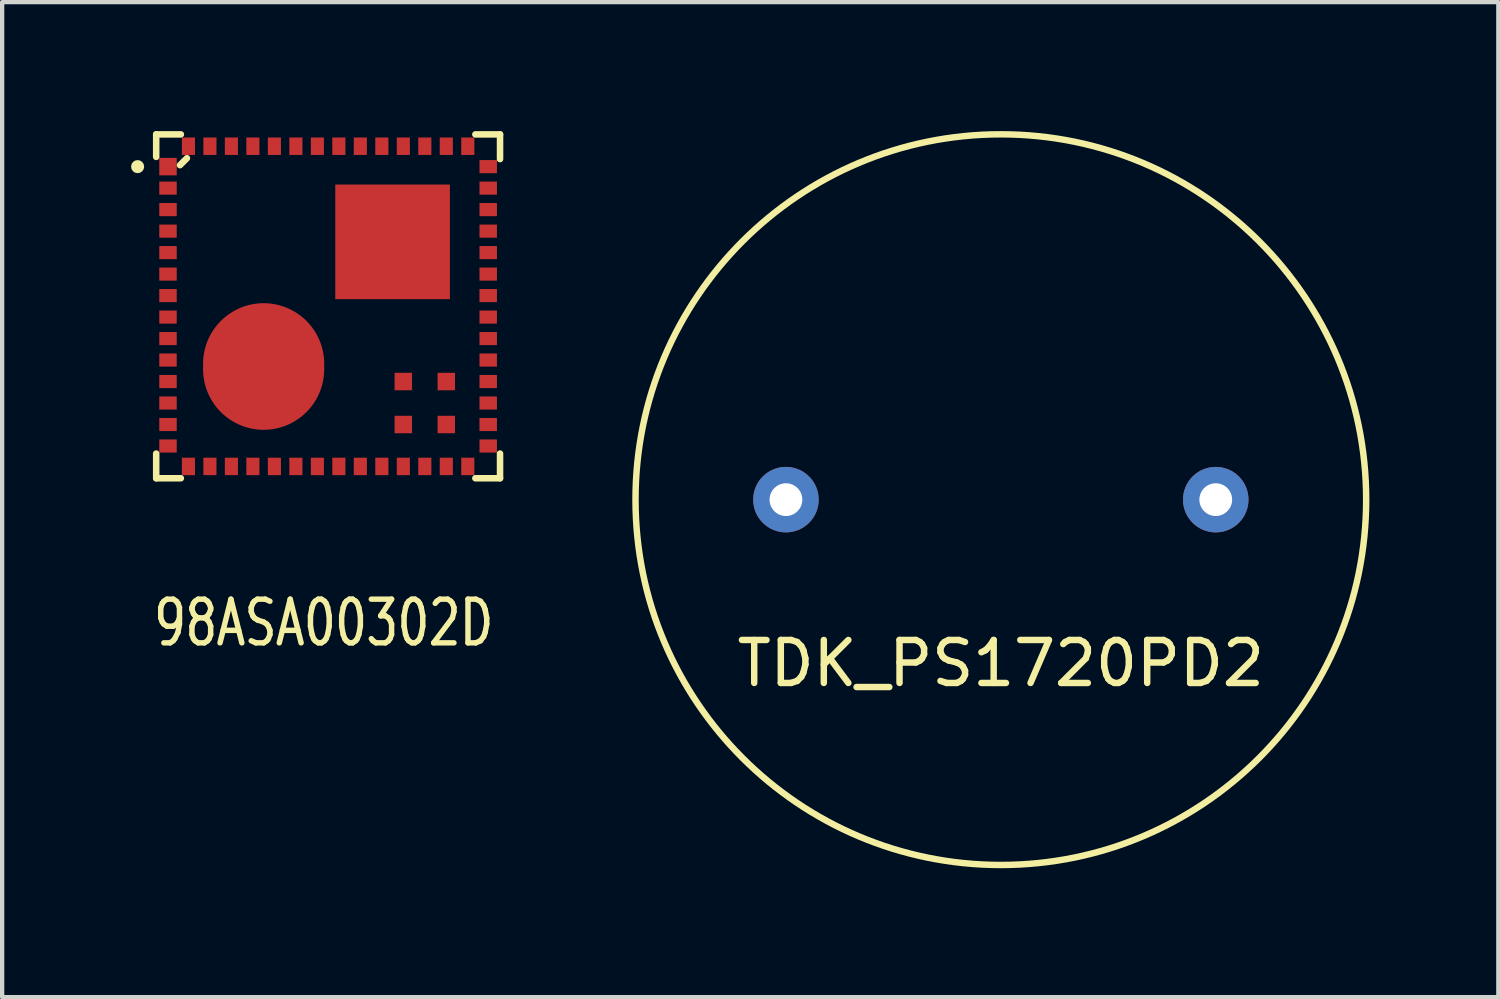
<source format=kicad_pcb>
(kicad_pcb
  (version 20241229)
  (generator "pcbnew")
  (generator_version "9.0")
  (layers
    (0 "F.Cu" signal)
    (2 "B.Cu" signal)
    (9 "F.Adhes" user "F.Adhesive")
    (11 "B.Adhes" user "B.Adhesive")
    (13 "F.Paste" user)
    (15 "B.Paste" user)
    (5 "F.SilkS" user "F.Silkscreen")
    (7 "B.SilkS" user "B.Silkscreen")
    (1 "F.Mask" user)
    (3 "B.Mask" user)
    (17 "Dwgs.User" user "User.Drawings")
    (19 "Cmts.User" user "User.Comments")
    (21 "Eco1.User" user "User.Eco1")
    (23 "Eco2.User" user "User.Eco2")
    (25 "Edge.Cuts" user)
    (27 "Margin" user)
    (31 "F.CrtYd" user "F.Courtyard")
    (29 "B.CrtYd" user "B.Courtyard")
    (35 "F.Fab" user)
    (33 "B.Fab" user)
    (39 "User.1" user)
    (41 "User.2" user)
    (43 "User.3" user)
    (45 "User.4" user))
  (footprint "TDK_PS1720PD2"
    (layer "F.Cu")
    (at 20.236 8.575)
    (property "Reference" "TDK_PS1720PD2" (at 0 3.81 0) (layer "F.SilkS") (effects (font (size 1 1) (thickness 0.15))))
    (attr through_hole)
    (fp_circle (center 0 0) (end 0 -8.5) (stroke (width 0.15) (type solid)) (fill no) (layer "F.SilkS"))
    (pad "1" thru_hole circle (at -5 0) (size 1.524 1.524) (drill 0.762) (layers "*.Cu" "*.Mask"))
    (pad "2" thru_hole circle (at 5 0) (size 1.524 1.524) (drill 0.762) (layers "*.Cu" "*.Mask")))
  (footprint "98ASA00302D"
    (layer "F.Cu")
    (at 4.584 4.077)
    (property "Reference" "98ASA00302D" (at -0.102 7.366 0) (layer "F.SilkS") (effects (font (size 1.016 0.762) (thickness 0.127))))
    (attr through_hole)
    (fp_line (start -4 -4) (end -4 -3.477) (stroke (width 0.152) (type solid)) (layer "F.SilkS"))
    (fp_line (start -4 3.426) (end -4 4) (stroke (width 0.152) (type solid)) (layer "F.SilkS"))
    (fp_line (start -4 4) (end -3.426 4) (stroke (width 0.152) (type solid)) (layer "F.SilkS"))
    (fp_line (start -3.446 -3.285) (end -3.285 -3.446) (stroke (width 0.152) (type solid)) (layer "F.SilkS"))
    (fp_line (start -3.426 -4) (end -4 -4) (stroke (width 0.152) (type solid)) (layer "F.SilkS"))
    (fp_line (start 3.426 4) (end 4 4) (stroke (width 0.152) (type solid)) (layer "F.SilkS"))
    (fp_line (start 4 -4) (end 3.426 -4) (stroke (width 0.152) (type solid)) (layer "F.SilkS"))
    (fp_line (start 4 -3.426) (end 4 -4) (stroke (width 0.152) (type solid)) (layer "F.SilkS"))
    (fp_line (start 4 4) (end 4 3.426) (stroke (width 0.152) (type solid)) (layer "F.SilkS"))
    (fp_arc (start -4.508246 -3.24993) (mid -4.355846 -3.24993) (end -4.508246 -3.24993) (stroke (width 0.1524) (type solid)) (layer "F.SilkS"))
    (pad "1" smd rect (at -3.725 -3.25) (size 0.406 0.406) (layers "F.Cu" "F.Mask" "F.Paste"))
    (pad "2" smd rect (at -3.725 -2.75) (size 0.406 0.305) (layers "F.Cu" "F.Mask" "F.Paste"))
    (pad "3" smd rect (at -3.725 -2.25) (size 0.406 0.305) (layers "F.Cu" "F.Mask" "F.Paste"))
    (pad "4" smd rect (at -3.725 -1.75) (size 0.406 0.305) (layers "F.Cu" "F.Mask" "F.Paste"))
    (pad "5" smd rect (at -3.725 -1.25) (size 0.406 0.305) (layers "F.Cu" "F.Mask" "F.Paste"))
    (pad "6" smd rect (at -3.725 -0.75) (size 0.406 0.305) (layers "F.Cu" "F.Mask" "F.Paste"))
    (pad "7" smd rect (at -3.725 -0.25) (size 0.406 0.305) (layers "F.Cu" "F.Mask" "F.Paste"))
    (pad "8" smd rect (at -3.725 0.25) (size 0.406 0.305) (layers "F.Cu" "F.Mask" "F.Paste"))
    (pad "9" smd rect (at -3.725 0.75) (size 0.406 0.305) (layers "F.Cu" "F.Mask" "F.Paste"))
    (pad "10" smd rect (at -3.725 1.25) (size 0.406 0.305) (layers "F.Cu" "F.Mask" "F.Paste"))
    (pad "11" smd rect (at -3.725 1.75) (size 0.406 0.305) (layers "F.Cu" "F.Mask" "F.Paste"))
    (pad "12" smd rect (at -3.725 2.25) (size 0.406 0.305) (layers "F.Cu" "F.Mask" "F.Paste"))
    (pad "13" smd rect (at -3.725 2.75) (size 0.406 0.305) (layers "F.Cu" "F.Mask" "F.Paste"))
    (pad "14" smd rect (at -3.725 3.25) (size 0.406 0.305) (layers "F.Cu" "F.Mask" "F.Paste"))
    (pad "15" smd rect (at -3.25 3.725 270) (size 0.406 0.305) (layers "F.Cu" "F.Mask" "F.Paste"))
    (pad "16" smd rect (at -2.75 3.725 270) (size 0.406 0.305) (layers "F.Cu" "F.Mask" "F.Paste"))
    (pad "17" smd rect (at -2.25 3.725 270) (size 0.406 0.305) (layers "F.Cu" "F.Mask" "F.Paste"))
    (pad "18" smd rect (at -1.75 3.725 270) (size 0.406 0.305) (layers "F.Cu" "F.Mask" "F.Paste"))
    (pad "19" smd rect (at -1.25 3.725 270) (size 0.406 0.305) (layers "F.Cu" "F.Mask" "F.Paste"))
    (pad "20" smd rect (at -0.75 3.725 270) (size 0.406 0.305) (layers "F.Cu" "F.Mask" "F.Paste"))
    (pad "21" smd rect (at -0.25 3.725 270) (size 0.406 0.305) (layers "F.Cu" "F.Mask" "F.Paste"))
    (pad "22" smd rect (at 0.25 3.725 270) (size 0.406 0.305) (layers "F.Cu" "F.Mask" "F.Paste"))
    (pad "23" smd rect (at 0.75 3.725 270) (size 0.406 0.305) (layers "F.Cu" "F.Mask" "F.Paste"))
    (pad "24" smd rect (at 1.25 3.725 270) (size 0.406 0.305) (layers "F.Cu" "F.Mask" "F.Paste"))
    (pad "25" smd rect (at 1.75 3.725 270) (size 0.406 0.305) (layers "F.Cu" "F.Mask" "F.Paste"))
    (pad "26" smd rect (at 2.25 3.725 270) (size 0.406 0.305) (layers "F.Cu" "F.Mask" "F.Paste"))
    (pad "27" smd rect (at 2.75 3.725 270) (size 0.406 0.305) (layers "F.Cu" "F.Mask" "F.Paste"))
    (pad "28" smd rect (at 3.25 3.725 270) (size 0.406 0.305) (layers "F.Cu" "F.Mask" "F.Paste"))
    (pad "29" smd rect (at 3.725 3.25) (size 0.406 0.305) (layers "F.Cu" "F.Mask" "F.Paste"))
    (pad "30" smd rect (at 3.725 2.75) (size 0.406 0.305) (layers "F.Cu" "F.Mask" "F.Paste"))
    (pad "31" smd rect (at 3.725 2.25) (size 0.406 0.305) (layers "F.Cu" "F.Mask" "F.Paste"))
    (pad "32" smd rect (at 3.725 1.75) (size 0.406 0.305) (layers "F.Cu" "F.Mask" "F.Paste"))
    (pad "33" smd rect (at 3.725 1.25) (size 0.406 0.305) (layers "F.Cu" "F.Mask" "F.Paste"))
    (pad "34" smd rect (at 3.725 0.75) (size 0.406 0.305) (layers "F.Cu" "F.Mask" "F.Paste"))
    (pad "35" smd rect (at 3.725 0.25) (size 0.406 0.305) (layers "F.Cu" "F.Mask" "F.Paste"))
    (pad "36" smd rect (at 3.725 -0.25) (size 0.406 0.305) (layers "F.Cu" "F.Mask" "F.Paste"))
    (pad "37" smd rect (at 3.725 -0.75) (size 0.406 0.305) (layers "F.Cu" "F.Mask" "F.Paste"))
    (pad "38" smd rect (at 3.725 -1.25) (size 0.406 0.305) (layers "F.Cu" "F.Mask" "F.Paste"))
    (pad "39" smd rect (at 3.725 -1.75) (size 0.406 0.305) (layers "F.Cu" "F.Mask" "F.Paste"))
    (pad "40" smd rect (at 3.725 -2.25) (size 0.406 0.305) (layers "F.Cu" "F.Mask" "F.Paste"))
    (pad "41" smd rect (at 3.725 -2.75) (size 0.406 0.305) (layers "F.Cu" "F.Mask" "F.Paste"))
    (pad "42" smd rect (at 3.725 -3.25) (size 0.406 0.305) (layers "F.Cu" "F.Mask" "F.Paste"))
    (pad "43" smd rect (at 3.25 -3.725 270) (size 0.406 0.305) (layers "F.Cu" "F.Mask" "F.Paste"))
    (pad "44" smd rect (at 2.75 -3.725 270) (size 0.406 0.305) (layers "F.Cu" "F.Mask" "F.Paste"))
    (pad "45" smd rect (at 2.25 -3.725 270) (size 0.406 0.305) (layers "F.Cu" "F.Mask" "F.Paste"))
    (pad "46" smd rect (at 1.75 -3.725 270) (size 0.406 0.305) (layers "F.Cu" "F.Mask" "F.Paste"))
    (pad "47" smd rect (at 1.25 -3.725 270) (size 0.406 0.305) (layers "F.Cu" "F.Mask" "F.Paste"))
    (pad "48" smd rect (at 0.75 -3.725 270) (size 0.406 0.305) (layers "F.Cu" "F.Mask" "F.Paste"))
    (pad "49" smd rect (at 0.25 -3.725 270) (size 0.406 0.305) (layers "F.Cu" "F.Mask" "F.Paste"))
    (pad "50" smd rect (at -0.25 -3.725 270) (size 0.406 0.305) (layers "F.Cu" "F.Mask" "F.Paste"))
    (pad "51" smd rect (at -0.75 -3.725 270) (size 0.406 0.305) (layers "F.Cu" "F.Mask" "F.Paste"))
    (pad "52" smd rect (at -1.25 -3.725 270) (size 0.406 0.305) (layers "F.Cu" "F.Mask" "F.Paste"))
    (pad "53" smd rect (at -1.75 -3.725 270) (size 0.406 0.305) (layers "F.Cu" "F.Mask" "F.Paste"))
    (pad "54" smd rect (at -2.25 -3.725 270) (size 0.406 0.305) (layers "F.Cu" "F.Mask" "F.Paste"))
    (pad "55" smd rect (at -2.75 -3.725 270) (size 0.406 0.305) (layers "F.Cu" "F.Mask" "F.Paste"))
    (pad "56" smd rect (at -3.25 -3.725 270) (size 0.406 0.305) (layers "F.Cu" "F.Mask" "F.Paste"))
    (pad "57" smd rect (at 1.75 1.75) (size 0.406 0.406) (layers "F.Cu" "F.Mask" "F.Paste"))
    (pad "58" smd rect (at 2.75 1.75) (size 0.406 0.406) (layers "F.Cu" "F.Mask" "F.Paste"))
    (pad "59" smd rect (at 1.75 2.75) (size 0.406 0.406) (layers "F.Cu" "F.Mask" "F.Paste"))
    (pad "60" smd rect (at 2.75 2.75) (size 0.406 0.406) (layers "F.Cu" "F.Mask" "F.Paste"))
    (pad "61" smd oval (at -1.5 1.4 270) (size 2.946 2.819) (layers "F.Cu" "F.Mask" "F.Paste"))
    (pad "62" smd rect (at 1.5 -1.5) (size 2.667 2.667) (layers "F.Cu" "F.Mask" "F.Paste")))
  (gr_rect
    (start -3 -3)
    (end 31.811 20.15)
    (stroke (width 0.1) (type default))
    (fill no)
    (layer "Edge.Cuts")))
</source>
